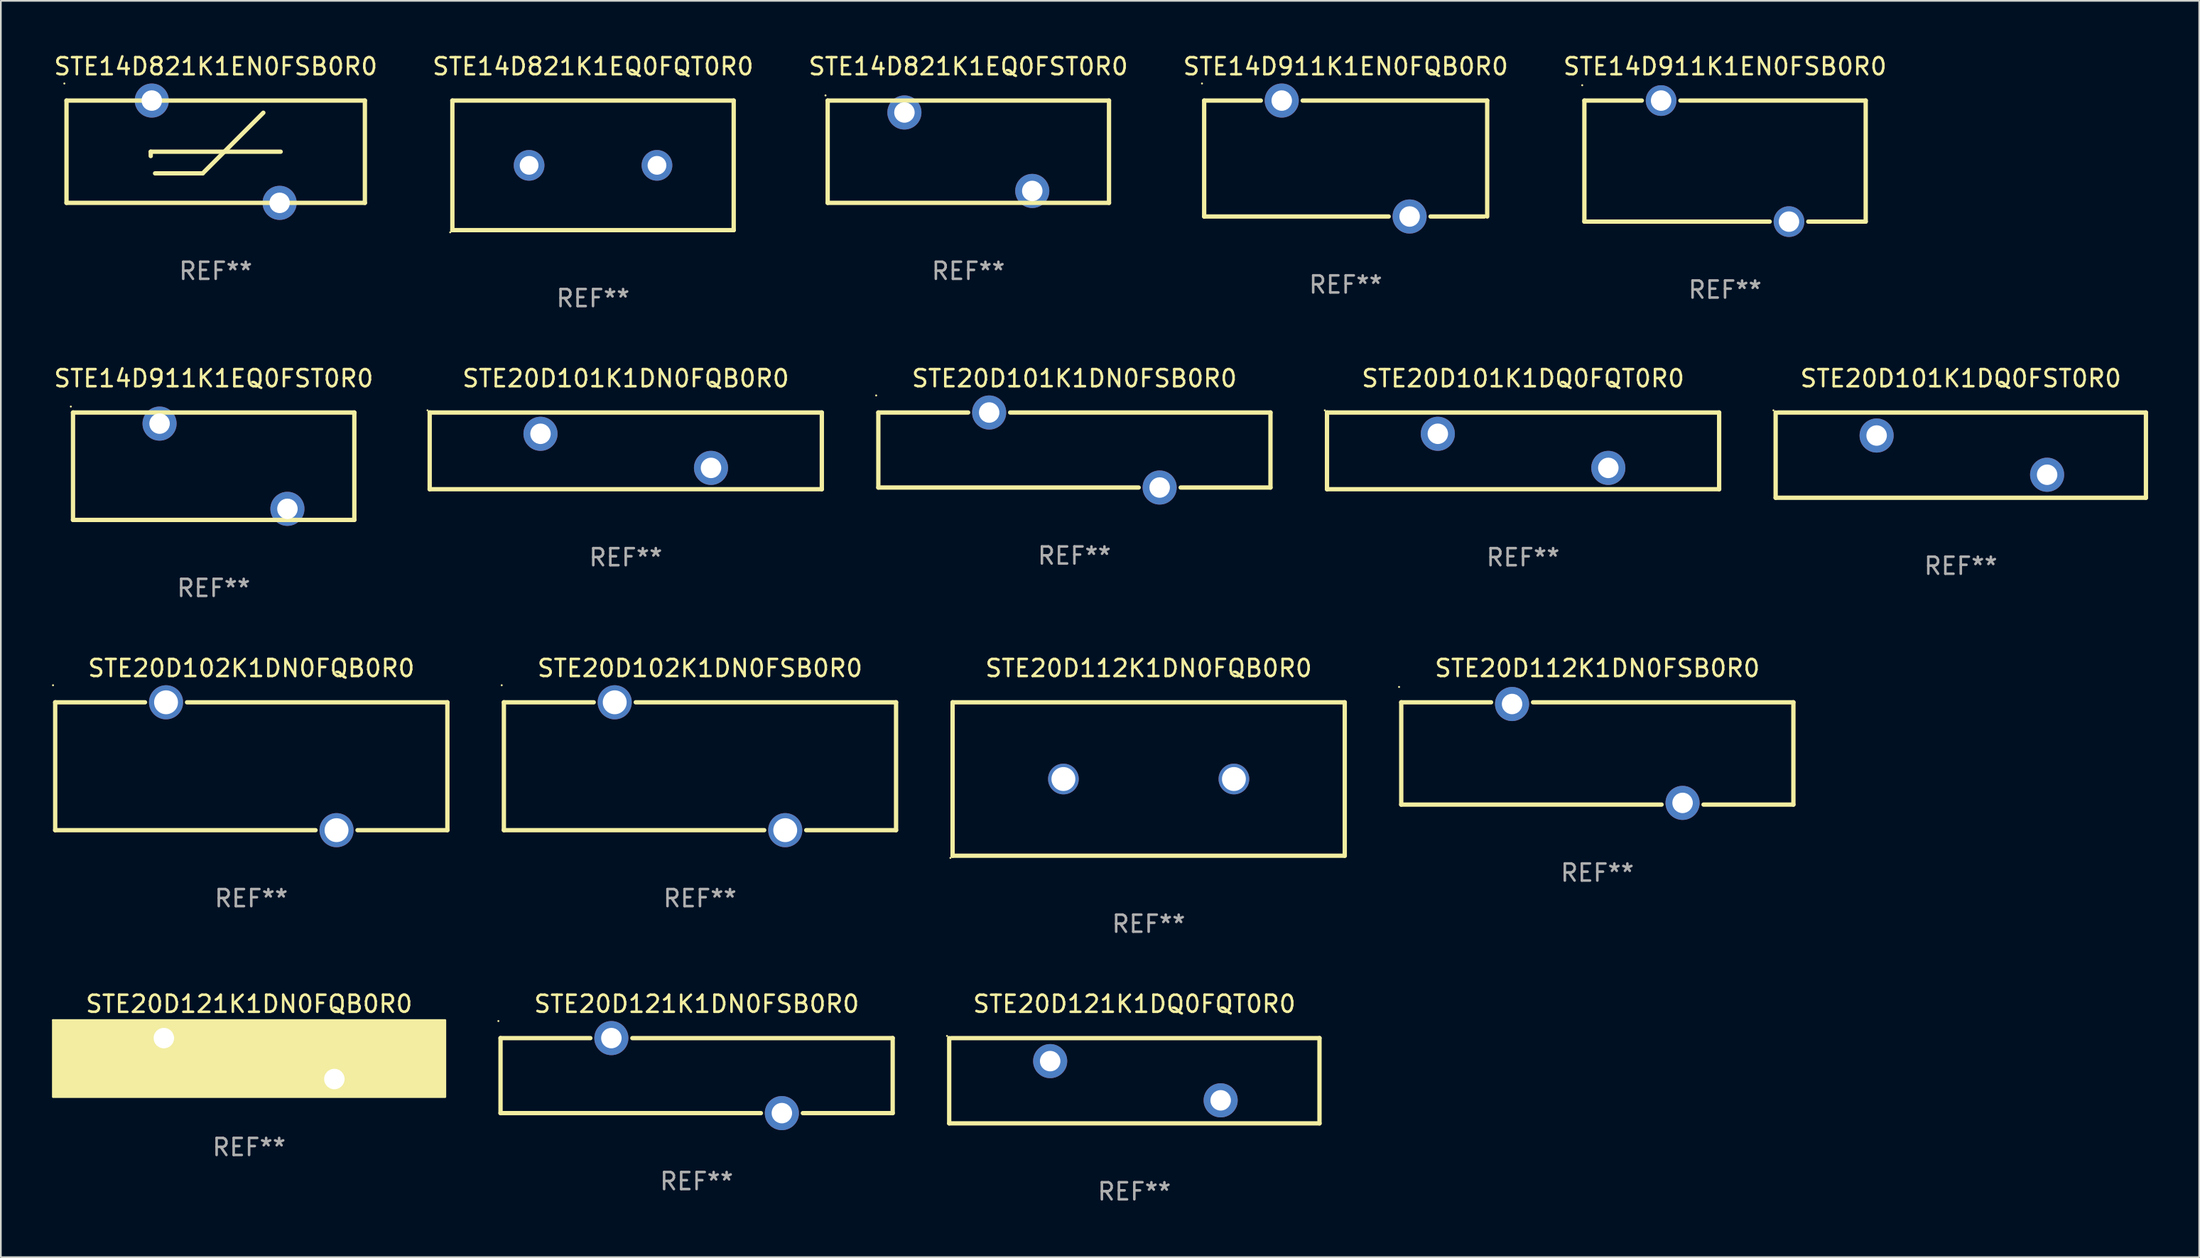
<source format=kicad_pcb>
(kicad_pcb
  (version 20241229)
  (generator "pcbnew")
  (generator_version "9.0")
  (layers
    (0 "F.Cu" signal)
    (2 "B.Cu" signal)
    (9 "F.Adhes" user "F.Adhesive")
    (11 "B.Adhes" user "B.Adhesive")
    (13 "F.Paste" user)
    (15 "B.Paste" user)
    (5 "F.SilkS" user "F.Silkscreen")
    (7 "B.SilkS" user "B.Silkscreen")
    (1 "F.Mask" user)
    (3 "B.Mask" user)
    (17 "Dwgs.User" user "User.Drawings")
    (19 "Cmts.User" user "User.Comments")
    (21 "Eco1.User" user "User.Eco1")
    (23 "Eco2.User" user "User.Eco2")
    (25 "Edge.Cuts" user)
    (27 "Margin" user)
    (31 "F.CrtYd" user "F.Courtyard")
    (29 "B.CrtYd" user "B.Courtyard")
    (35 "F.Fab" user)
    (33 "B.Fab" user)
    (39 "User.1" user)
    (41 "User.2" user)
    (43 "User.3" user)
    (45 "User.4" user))
  (footprint "STE20D102K1DN0FQB0R0"
    (layer "F.Cu")
    (at 11.688 41.892)
    (property "Reference" "STE20D102K1DN0FQB0R0" (at 0 -5.75 0) (layer "F.SilkS") (effects (font (size 1 1) (thickness 0.15))))
    (attr through_hole)
    (fp_line (start -11.501 -3.75) (end -6.231 -3.75) (stroke (width 0.254) (type solid)) (layer "F.SilkS"))
    (fp_line (start -11.501 3.75) (end -11.501 -3.75) (stroke (width 0.254) (type solid)) (layer "F.SilkS"))
    (fp_line (start -11.501 3.75) (end 3.769 3.75) (stroke (width 0.254) (type solid)) (layer "F.SilkS"))
    (fp_line (start -3.769 -3.75) (end 11.501 -3.75) (stroke (width 0.254) (type solid)) (layer "F.SilkS"))
    (fp_line (start 6.231 3.75) (end 11.501 3.75) (stroke (width 0.254) (type solid)) (layer "F.SilkS"))
    (fp_line (start 11.501 -3.75) (end 11.501 3.75) (stroke (width 0.254) (type solid)) (layer "F.SilkS"))
    (fp_circle (center -11.628 -4.75) (end -11.598 -4.75) (stroke (width 0.06) (type solid)) (fill no) (layer "F.SilkS"))
    (fp_text user "REF**" (at 0 7.75 0) (layer "F.Fab") (effects (font (size 1 1) (thickness 0.15))))
    (pad "1" thru_hole circle (at -5 -3.75) (size 2 2) (drill 1.4) (layers "*.Cu" "*.Mask"))
    (pad "2" thru_hole circle (at 5 3.75) (size 2 2) (drill 1.4) (layers "*.Cu" "*.Mask")))
  (footprint "STE20D101K1DQ0FQT0R0"
    (layer "F.Cu")
    (at 86.279 23.395)
    (property "Reference" "STE20D101K1DQ0FQT0R0" (at 0 -4.25 0) (layer "F.SilkS") (effects (font (size 1 1) (thickness 0.15))))
    (attr through_hole)
    (fp_line (start -11.5 -2.25) (end 11.5 -2.25) (stroke (width 0.254) (type solid)) (layer "F.SilkS"))
    (fp_line (start -11.5 2.25) (end -11.5 -2.25) (stroke (width 0.254) (type solid)) (layer "F.SilkS"))
    (fp_line (start 11.5 -2.25) (end 11.5 2.25) (stroke (width 0.254) (type solid)) (layer "F.SilkS"))
    (fp_line (start 11.5 2.249) (end -11.5 2.249) (stroke (width 0.254) (type solid)) (layer "F.SilkS"))
    (fp_circle (center -11.627 -2.377) (end -11.597 -2.377) (stroke (width 0.06) (type solid)) (fill no) (layer "F.SilkS"))
    (fp_text user "REF**" (at 0 6.25 0) (layer "F.Fab") (effects (font (size 1 1) (thickness 0.15))))
    (pad "1" thru_hole circle (at -5 -1.002) (size 2 2) (drill 1.2) (layers "*.Cu" "*.Mask"))
    (pad "2" thru_hole circle (at 5 0.999) (size 2 2) (drill 1.2) (layers "*.Cu" "*.Mask")))
  (footprint "STE20D121K1DN0FSB0R0"
    (layer "F.Cu")
    (at 37.807 60.038)
    (property "Reference" "STE20D121K1DN0FSB0R0" (at 0 -4.2 0) (layer "F.SilkS") (effects (font (size 1 1) (thickness 0.15))))
    (attr through_hole)
    (fp_line (start -11.5 -2.2) (end -11.5 2.2) (stroke (width 0.254) (type solid)) (layer "F.SilkS"))
    (fp_line (start -11.5 -2.2) (end -6.231 -2.2) (stroke (width 0.254) (type solid)) (layer "F.SilkS"))
    (fp_line (start -11.5 2.2) (end 3.769 2.2) (stroke (width 0.254) (type solid)) (layer "F.SilkS"))
    (fp_line (start -3.769 -2.2) (end 11.5 -2.2) (stroke (width 0.254) (type solid)) (layer "F.SilkS"))
    (fp_line (start 6.231 2.2) (end 11.5 2.2) (stroke (width 0.254) (type solid)) (layer "F.SilkS"))
    (fp_line (start 11.5 -2.2) (end 11.5 2.2) (stroke (width 0.254) (type solid)) (layer "F.SilkS"))
    (fp_circle (center -11.627 -3.2) (end -11.597 -3.2) (stroke (width 0.06) (type solid)) (fill no) (layer "F.SilkS"))
    (fp_text user "REF**" (at 0 6.2 0) (layer "F.Fab") (effects (font (size 1 1) (thickness 0.15))))
    (pad "1" thru_hole circle (at -5 -2.2) (size 2 2) (drill 1.2) (layers "*.Cu" "*.Mask"))
    (pad "2" thru_hole circle (at 5 2.2) (size 2 2) (drill 1.2) (layers "*.Cu" "*.Mask")))
  (footprint "STE20D101K1DN0FSB0R0"
    (layer "F.Cu")
    (at 59.965 23.345)
    (property "Reference" "STE20D101K1DN0FSB0R0" (at 0 -4.2 0) (layer "F.SilkS") (effects (font (size 1 1) (thickness 0.15))))
    (attr through_hole)
    (fp_line (start -11.5 -2.2) (end -11.5 2.2) (stroke (width 0.254) (type solid)) (layer "F.SilkS"))
    (fp_line (start -11.5 -2.2) (end -6.231 -2.2) (stroke (width 0.254) (type solid)) (layer "F.SilkS"))
    (fp_line (start -11.5 2.2) (end 3.769 2.2) (stroke (width 0.254) (type solid)) (layer "F.SilkS"))
    (fp_line (start -3.769 -2.2) (end 11.5 -2.2) (stroke (width 0.254) (type solid)) (layer "F.SilkS"))
    (fp_line (start 6.231 2.2) (end 11.5 2.2) (stroke (width 0.254) (type solid)) (layer "F.SilkS"))
    (fp_line (start 11.5 -2.2) (end 11.5 2.2) (stroke (width 0.254) (type solid)) (layer "F.SilkS"))
    (fp_circle (center -11.627 -3.2) (end -11.597 -3.2) (stroke (width 0.06) (type solid)) (fill no) (layer "F.SilkS"))
    (fp_text user "REF**" (at 0 6.2 0) (layer "F.Fab") (effects (font (size 1 1) (thickness 0.15))))
    (pad "1" thru_hole circle (at -5 -2.2) (size 2 2) (drill 1.2) (layers "*.Cu" "*.Mask"))
    (pad "2" thru_hole circle (at 5 2.2) (size 2 2) (drill 1.2) (layers "*.Cu" "*.Mask")))
  (footprint "STE14D821K1EN0FSB0R0"
    (layer "F.Cu")
    (at 9.601 5.848)
    (property "Reference" "STE14D821K1EN0FSB0R0" (at 0 -5 0) (layer "F.SilkS") (effects (font (size 1 1) (thickness 0.15))))
    (attr through_hole)
    (fp_line (start -8.75 -3) (end -8.75 3) (stroke (width 0.254) (type solid)) (layer "F.SilkS"))
    (fp_line (start -8.75 -3) (end 8.75 -3) (stroke (width 0.254) (type solid)) (layer "F.SilkS"))
    (fp_line (start -3.81 0) (end 3.81 0) (stroke (width 0.254) (type solid)) (layer "F.SilkS"))
    (fp_line (start -3.81 0.254) (end -3.81 0) (stroke (width 0.254) (type solid)) (layer "F.SilkS"))
    (fp_line (start -3.556 1.27) (end -0.762 1.27) (stroke (width 0.254) (type solid)) (layer "F.SilkS"))
    (fp_line (start -0.762 1.27) (end 2.794 -2.286) (stroke (width 0.254) (type solid)) (layer "F.SilkS"))
    (fp_line (start 8.75 3) (end -8.75 3) (stroke (width 0.254) (type solid)) (layer "F.SilkS"))
    (fp_line (start 8.75 3) (end 8.75 -3) (stroke (width 0.254) (type solid)) (layer "F.SilkS"))
    (fp_circle (center -8.877 -4) (end -8.847 -4) (stroke (width 0.06) (type solid)) (fill no) (layer "F.SilkS"))
    (fp_text user "REF**" (at 0 7 0) (layer "F.Fab") (effects (font (size 1 1) (thickness 0.15))))
    (pad "1" thru_hole circle (at -3.749 -3) (size 2 2) (drill 1.2) (layers "*.Cu" "*.Mask"))
    (pad "2" thru_hole circle (at 3.749 3) (size 2 2) (drill 1.2) (layers "*.Cu" "*.Mask")))
  (footprint "STE20D121K1DQ0FQT0R0"
    (layer "F.Cu")
    (at 63.48 60.338)
    (property "Reference" "STE20D121K1DQ0FQT0R0" (at 0 -4.5 0) (layer "F.SilkS") (effects (font (size 1 1) (thickness 0.15))))
    (attr through_hole)
    (fp_line (start -10.859 2.5) (end -10.859 -2.5) (stroke (width 0.254) (type solid)) (layer "F.SilkS"))
    (fp_line (start -10.732 -2.5) (end 10.859 -2.5) (stroke (width 0.254) (type solid)) (layer "F.SilkS"))
    (fp_line (start 10.859 -2.5) (end 10.859 2.5) (stroke (width 0.254) (type solid)) (layer "F.SilkS"))
    (fp_line (start 10.859 2.5) (end -10.859 2.5) (stroke (width 0.254) (type solid)) (layer "F.SilkS"))
    (fp_circle (center -10.986 -2.627) (end -10.956 -2.627) (stroke (width 0.06) (type solid)) (fill no) (layer "F.SilkS"))
    (fp_text user "REF**" (at 0 6.5 0) (layer "F.Fab") (effects (font (size 1 1) (thickness 0.15))))
    (pad "1" thru_hole circle (at -4.937 -1.15) (size 2 2) (drill 1.2) (layers "*.Cu" "*.Mask"))
    (pad "2" thru_hole circle (at 5.063 1.15) (size 2 2) (drill 1.2) (layers "*.Cu" "*.Mask")))
  (footprint "STE14D821K1EQ0FQT0R0"
    (layer "F.Cu")
    (at 31.732 6.648)
    (property "Reference" "STE14D821K1EQ0FQT0R0" (at 0 -5.8 0) (layer "F.SilkS") (effects (font (size 1 1) (thickness 0.15))))
    (attr through_hole)
    (fp_line (start -8.25 -3.8) (end 8.25 -3.8) (stroke (width 0.254) (type solid)) (layer "F.SilkS"))
    (fp_line (start -8.25 3.8) (end -8.25 -3.8) (stroke (width 0.254) (type solid)) (layer "F.SilkS"))
    (fp_line (start 8.25 -3.8) (end 8.25 3.8) (stroke (width 0.254) (type solid)) (layer "F.SilkS"))
    (fp_line (start 8.25 3.8) (end -8.25 3.8) (stroke (width 0.254) (type solid)) (layer "F.SilkS"))
    (fp_circle (center -8.377 3.927) (end -8.347 3.927) (stroke (width 0.06) (type solid)) (fill no) (layer "F.SilkS"))
    (fp_text user "REF**" (at 0 7.8 0) (layer "F.Fab") (effects (font (size 1 1) (thickness 0.15))))
    (pad "1" thru_hole circle (at -3.75 0) (size 1.8 1.8) (drill 1.1) (layers "*.Cu" "*.Mask"))
    (pad "2" thru_hole circle (at 3.75 0) (size 1.8 1.8) (drill 1.1) (layers "*.Cu" "*.Mask")))
  (footprint "STE20D101K1DN0FQB0R0"
    (layer "F.Cu")
    (at 33.651 23.395)
    (property "Reference" "STE20D101K1DN0FQB0R0" (at 0 -4.25 0) (layer "F.SilkS") (effects (font (size 1 1) (thickness 0.15))))
    (attr through_hole)
    (fp_line (start -11.5 -2.25) (end 11.5 -2.25) (stroke (width 0.254) (type solid)) (layer "F.SilkS"))
    (fp_line (start -11.5 2.25) (end -11.5 -2.25) (stroke (width 0.254) (type solid)) (layer "F.SilkS"))
    (fp_line (start 11.5 -2.25) (end 11.5 2.25) (stroke (width 0.254) (type solid)) (layer "F.SilkS"))
    (fp_line (start 11.5 2.249) (end -11.5 2.249) (stroke (width 0.254) (type solid)) (layer "F.SilkS"))
    (fp_circle (center -11.627 -2.377) (end -11.597 -2.377) (stroke (width 0.06) (type solid)) (fill no) (layer "F.SilkS"))
    (fp_text user "REF**" (at 0 6.25 0) (layer "F.Fab") (effects (font (size 1 1) (thickness 0.15))))
    (pad "1" thru_hole circle (at -5 -1.002) (size 2 2) (drill 1.2) (layers "*.Cu" "*.Mask"))
    (pad "2" thru_hole circle (at 5 0.999) (size 2 2) (drill 1.2) (layers "*.Cu" "*.Mask")))
  (footprint "STE20D112K1DN0FSB0R0"
    (layer "F.Cu")
    (at 90.634 41.142)
    (property "Reference" "STE20D112K1DN0FSB0R0" (at 0 -5 0) (layer "F.SilkS") (effects (font (size 1 1) (thickness 0.15))))
    (attr through_hole)
    (fp_line (start -11.5 -3) (end -11.5 3) (stroke (width 0.254) (type solid)) (layer "F.SilkS"))
    (fp_line (start -11.5 -3) (end -6.231 -3) (stroke (width 0.254) (type solid)) (layer "F.SilkS"))
    (fp_line (start -11.5 3) (end 3.769 3) (stroke (width 0.254) (type solid)) (layer "F.SilkS"))
    (fp_line (start -3.769 -3) (end 11.5 -3) (stroke (width 0.254) (type solid)) (layer "F.SilkS"))
    (fp_line (start 6.231 3) (end 11.5 3) (stroke (width 0.254) (type solid)) (layer "F.SilkS"))
    (fp_line (start 11.5 -3) (end 11.5 3) (stroke (width 0.254) (type solid)) (layer "F.SilkS"))
    (fp_circle (center -11.627 -3.9) (end -11.597 -3.9) (stroke (width 0.06) (type solid)) (fill no) (layer "F.SilkS"))
    (fp_text user "REF**" (at 0 7 0) (layer "F.Fab") (effects (font (size 1 1) (thickness 0.15))))
    (pad "1" thru_hole circle (at -5 -2.9) (size 2 2) (drill 1.2) (layers "*.Cu" "*.Mask"))
    (pad "2" thru_hole circle (at 5 2.9) (size 2 2) (drill 1.2) (layers "*.Cu" "*.Mask")))
  (footprint "STE20D121K1DN0FQB0R0"
    (layer "F.Cu")
    (at 11.56 59.038)
    (property "Reference" "STE20D121K1DN0FQB0R0" (at 0 -3.2 0) (layer "F.SilkS") (effects (font (size 1 1) (thickness 0.15))))
    (attr through_hole)
    (fp_circle (center -11.5 -2.25) (end -11.47 -2.25) (stroke (width 0.06) (type solid)) (fill no) (layer "F.SilkS"))
    (fp_poly (pts (xy -11.5 -2.25) (xy 11.5 -2.25) (xy 11.5 2.25) (xy -11.5 2.25)) (stroke (width 0.12) (type solid)) (fill yes) (layer "F.SilkS"))
    (fp_text user "REF**" (at 0 5.2 0) (layer "F.Fab") (effects (font (size 1 1) (thickness 0.15))))
    (pad "1" thru_hole circle (at -5 -1.2) (size 2 2) (drill 1.2) (layers "*.Cu" "*.Mask"))
    (pad "2" thru_hole circle (at 5 1.2) (size 2 2) (drill 1.2) (layers "*.Cu" "*.Mask")))
  (footprint "STE14D911K1EQ0FST0R0"
    (layer "F.Cu")
    (at 9.482 24.295)
    (property "Reference" "STE14D911K1EQ0FST0R0" (at 0 -5.15 0) (layer "F.SilkS") (effects (font (size 1 1) (thickness 0.15))))
    (attr through_hole)
    (fp_line (start -8.25 -3.15) (end 8.25 -3.15) (stroke (width 0.254) (type solid)) (layer "F.SilkS"))
    (fp_line (start -8.25 3.149) (end -8.25 -3.15) (stroke (width 0.254) (type solid)) (layer "F.SilkS"))
    (fp_line (start 8.25 -3.15) (end 8.25 3.15) (stroke (width 0.254) (type solid)) (layer "F.SilkS"))
    (fp_line (start 8.25 3.15) (end -8.25 3.15) (stroke (width 0.254) (type solid)) (layer "F.SilkS"))
    (fp_circle (center -8.377 -3.499) (end -8.347 -3.499) (stroke (width 0.06) (type solid)) (fill no) (layer "F.SilkS"))
    (fp_text user "REF**" (at 0 7.15 0) (layer "F.Fab") (effects (font (size 1 1) (thickness 0.15))))
    (pad "1" thru_hole circle (at -3.174 -2.499) (size 2 2) (drill 1.2) (layers "*.Cu" "*.Mask"))
    (pad "2" thru_hole circle (at 4.325 2.5) (size 2 2) (drill 1.2) (layers "*.Cu" "*.Mask")))
  (footprint "STE14D911K1EN0FSB0R0"
    (layer "F.Cu")
    (at 98.125 6.398)
    (property "Reference" "STE14D911K1EN0FSB0R0" (at 0 -5.55 0) (layer "F.SilkS") (effects (font (size 1 1) (thickness 0.15))))
    (attr through_hole)
    (fp_line (start -8.25 -3.55) (end -4.881 -3.55) (stroke (width 0.254) (type solid)) (layer "F.SilkS"))
    (fp_line (start -8.25 3.55) (end -8.25 -3.55) (stroke (width 0.254) (type solid)) (layer "F.SilkS"))
    (fp_line (start -8.25 3.55) (end 2.619 3.55) (stroke (width 0.254) (type solid)) (layer "F.SilkS"))
    (fp_line (start -2.619 -3.55) (end 8.25 -3.55) (stroke (width 0.254) (type solid)) (layer "F.SilkS"))
    (fp_line (start 4.881 3.55) (end 8.25 3.55) (stroke (width 0.254) (type solid)) (layer "F.SilkS"))
    (fp_line (start 8.25 -3.55) (end 8.25 3.55) (stroke (width 0.254) (type solid)) (layer "F.SilkS"))
    (fp_circle (center -8.377 -4.45) (end -8.347 -4.45) (stroke (width 0.06) (type solid)) (fill no) (layer "F.SilkS"))
    (fp_text user "REF**" (at 0 7.55 0) (layer "F.Fab") (effects (font (size 1 1) (thickness 0.15))))
    (pad "1" thru_hole circle (at -3.75 -3.55) (size 1.8 1.8) (drill 1.2) (layers "*.Cu" "*.Mask"))
    (pad "2" thru_hole circle (at 3.75 3.55) (size 1.8 1.8) (drill 1.2) (layers "*.Cu" "*.Mask")))
  (footprint "STE20D101K1DQ0FST0R0"
    (layer "F.Cu")
    (at 111.952 23.645)
    (property "Reference" "STE20D101K1DQ0FST0R0" (at 0 -4.5 0) (layer "F.SilkS") (effects (font (size 1 1) (thickness 0.15))))
    (attr through_hole)
    (fp_line (start -10.859 2.5) (end -10.859 -2.5) (stroke (width 0.254) (type solid)) (layer "F.SilkS"))
    (fp_line (start -10.732 -2.5) (end 10.859 -2.5) (stroke (width 0.254) (type solid)) (layer "F.SilkS"))
    (fp_line (start 10.859 -2.5) (end 10.859 2.5) (stroke (width 0.254) (type solid)) (layer "F.SilkS"))
    (fp_line (start 10.859 2.5) (end -10.859 2.5) (stroke (width 0.254) (type solid)) (layer "F.SilkS"))
    (fp_circle (center -10.986 -2.627) (end -10.956 -2.627) (stroke (width 0.06) (type solid)) (fill no) (layer "F.SilkS"))
    (fp_text user "REF**" (at 0 6.5 0) (layer "F.Fab") (effects (font (size 1 1) (thickness 0.15))))
    (pad "1" thru_hole circle (at -4.937 -1.15) (size 2 2) (drill 1.2) (layers "*.Cu" "*.Mask"))
    (pad "2" thru_hole circle (at 5.063 1.15) (size 2 2) (drill 1.2) (layers "*.Cu" "*.Mask")))
  (footprint "STE20D112K1DN0FQB0R0"
    (layer "F.Cu")
    (at 64.32 42.642)
    (property "Reference" "STE20D112K1DN0FQB0R0" (at 0 -6.5 0) (layer "F.SilkS") (effects (font (size 1 1) (thickness 0.15))))
    (attr through_hole)
    (fp_line (start -11.5 -4.5) (end 11.5 -4.5) (stroke (width 0.254) (type solid)) (layer "F.SilkS"))
    (fp_line (start -11.5 4.5) (end -11.5 -4.5) (stroke (width 0.254) (type solid)) (layer "F.SilkS"))
    (fp_line (start 11.5 -4.5) (end 11.5 4.5) (stroke (width 0.254) (type solid)) (layer "F.SilkS"))
    (fp_line (start 11.5 4.5) (end -11.5 4.5) (stroke (width 0.254) (type solid)) (layer "F.SilkS"))
    (fp_circle (center -11.627 4.627) (end -11.597 4.627) (stroke (width 0.06) (type solid)) (fill no) (layer "F.SilkS"))
    (fp_text user "REF**" (at 0 8.5 0) (layer "F.Fab") (effects (font (size 1 1) (thickness 0.15))))
    (pad "1" thru_hole circle (at -5 0) (size 1.8 1.8) (drill 1.4) (layers "*.Cu" "*.Mask"))
    (pad "2" thru_hole circle (at 5 0) (size 1.8 1.8) (drill 1.4) (layers "*.Cu" "*.Mask")))
  (footprint "STE20D102K1DN0FSB0R0"
    (layer "F.Cu")
    (at 38.004 41.892)
    (property "Reference" "STE20D102K1DN0FSB0R0" (at 0 -5.75 0) (layer "F.SilkS") (effects (font (size 1 1) (thickness 0.15))))
    (attr through_hole)
    (fp_line (start -11.501 -3.75) (end -6.231 -3.75) (stroke (width 0.254) (type solid)) (layer "F.SilkS"))
    (fp_line (start -11.501 3.75) (end -11.501 -3.75) (stroke (width 0.254) (type solid)) (layer "F.SilkS"))
    (fp_line (start -11.501 3.75) (end 3.769 3.75) (stroke (width 0.254) (type solid)) (layer "F.SilkS"))
    (fp_line (start -3.769 -3.75) (end 11.501 -3.75) (stroke (width 0.254) (type solid)) (layer "F.SilkS"))
    (fp_line (start 6.231 3.75) (end 11.501 3.75) (stroke (width 0.254) (type solid)) (layer "F.SilkS"))
    (fp_line (start 11.501 -3.75) (end 11.501 3.75) (stroke (width 0.254) (type solid)) (layer "F.SilkS"))
    (fp_circle (center -11.628 -4.75) (end -11.598 -4.75) (stroke (width 0.06) (type solid)) (fill no) (layer "F.SilkS"))
    (fp_text user "REF**" (at 0 7.75 0) (layer "F.Fab") (effects (font (size 1 1) (thickness 0.15))))
    (pad "1" thru_hole circle (at -5 -3.75) (size 2 2) (drill 1.4) (layers "*.Cu" "*.Mask"))
    (pad "2" thru_hole circle (at 5 3.75) (size 2 2) (drill 1.4) (layers "*.Cu" "*.Mask")))
  (footprint "STE14D821K1EQ0FST0R0"
    (layer "F.Cu")
    (at 53.744 5.848)
    (property "Reference" "STE14D821K1EQ0FST0R0" (at 0 -5 0) (layer "F.SilkS") (effects (font (size 1 1) (thickness 0.15))))
    (attr through_hole)
    (fp_line (start -8.25 -3) (end 8.25 -3) (stroke (width 0.254) (type solid)) (layer "F.SilkS"))
    (fp_line (start -8.25 3) (end -8.25 -2.999) (stroke (width 0.254) (type solid)) (layer "F.SilkS"))
    (fp_line (start 8.25 -3) (end 8.25 3) (stroke (width 0.254) (type solid)) (layer "F.SilkS"))
    (fp_line (start 8.25 3) (end -8.25 3) (stroke (width 0.254) (type solid)) (layer "F.SilkS"))
    (fp_circle (center -8.377 -3.301) (end -8.347 -3.301) (stroke (width 0.06) (type solid)) (fill no) (layer "F.SilkS"))
    (fp_text user "REF**" (at 0 7 0) (layer "F.Fab") (effects (font (size 1 1) (thickness 0.15))))
    (pad "1" thru_hole circle (at -3.749 -2.301) (size 2 2) (drill 1.2) (layers "*.Cu" "*.Mask"))
    (pad "2" thru_hole circle (at 3.749 2.301) (size 2 2) (drill 1.2) (layers "*.Cu" "*.Mask")))
  (footprint "STE14D911K1EN0FQB0R0"
    (layer "F.Cu")
    (at 75.875 6.248)
    (property "Reference" "STE14D911K1EN0FQB0R0" (at 0 -5.4 0) (layer "F.SilkS") (effects (font (size 1 1) (thickness 0.15))))
    (attr through_hole)
    (fp_line (start -8.3 -3.4) (end -8.3 3.4) (stroke (width 0.254) (type solid)) (layer "F.SilkS"))
    (fp_line (start -8.3 -3.4) (end -4.977 -3.4) (stroke (width 0.254) (type solid)) (layer "F.SilkS"))
    (fp_line (start -8.3 3.4) (end 2.523 3.4) (stroke (width 0.254) (type solid)) (layer "F.SilkS"))
    (fp_line (start -2.523 -3.4) (end 8.3 -3.4) (stroke (width 0.254) (type solid)) (layer "F.SilkS"))
    (fp_line (start 4.977 3.4) (end 8.128 3.4) (stroke (width 0.254) (type solid)) (layer "F.SilkS"))
    (fp_line (start 8.3 -3.4) (end 8.3 3.4) (stroke (width 0.254) (type solid)) (layer "F.SilkS"))
    (fp_circle (center -8.427 -4.4) (end -8.397 -4.4) (stroke (width 0.06) (type solid)) (fill no) (layer "F.SilkS"))
    (fp_text user "REF**" (at 0 7.4 0) (layer "F.Fab") (effects (font (size 1 1) (thickness 0.15))))
    (pad "1" thru_hole circle (at -3.75 -3.4) (size 2 2) (drill 1.2) (layers "*.Cu" "*.Mask"))
    (pad "2" thru_hole circle (at 3.75 3.4) (size 2 2) (drill 1.2) (layers "*.Cu" "*.Mask")))
  (gr_rect
    (start -3 -3)
    (end 125.937 70.686)
    (stroke (width 0.1) (type default))
    (fill no)
    (layer "Edge.Cuts")))
</source>
